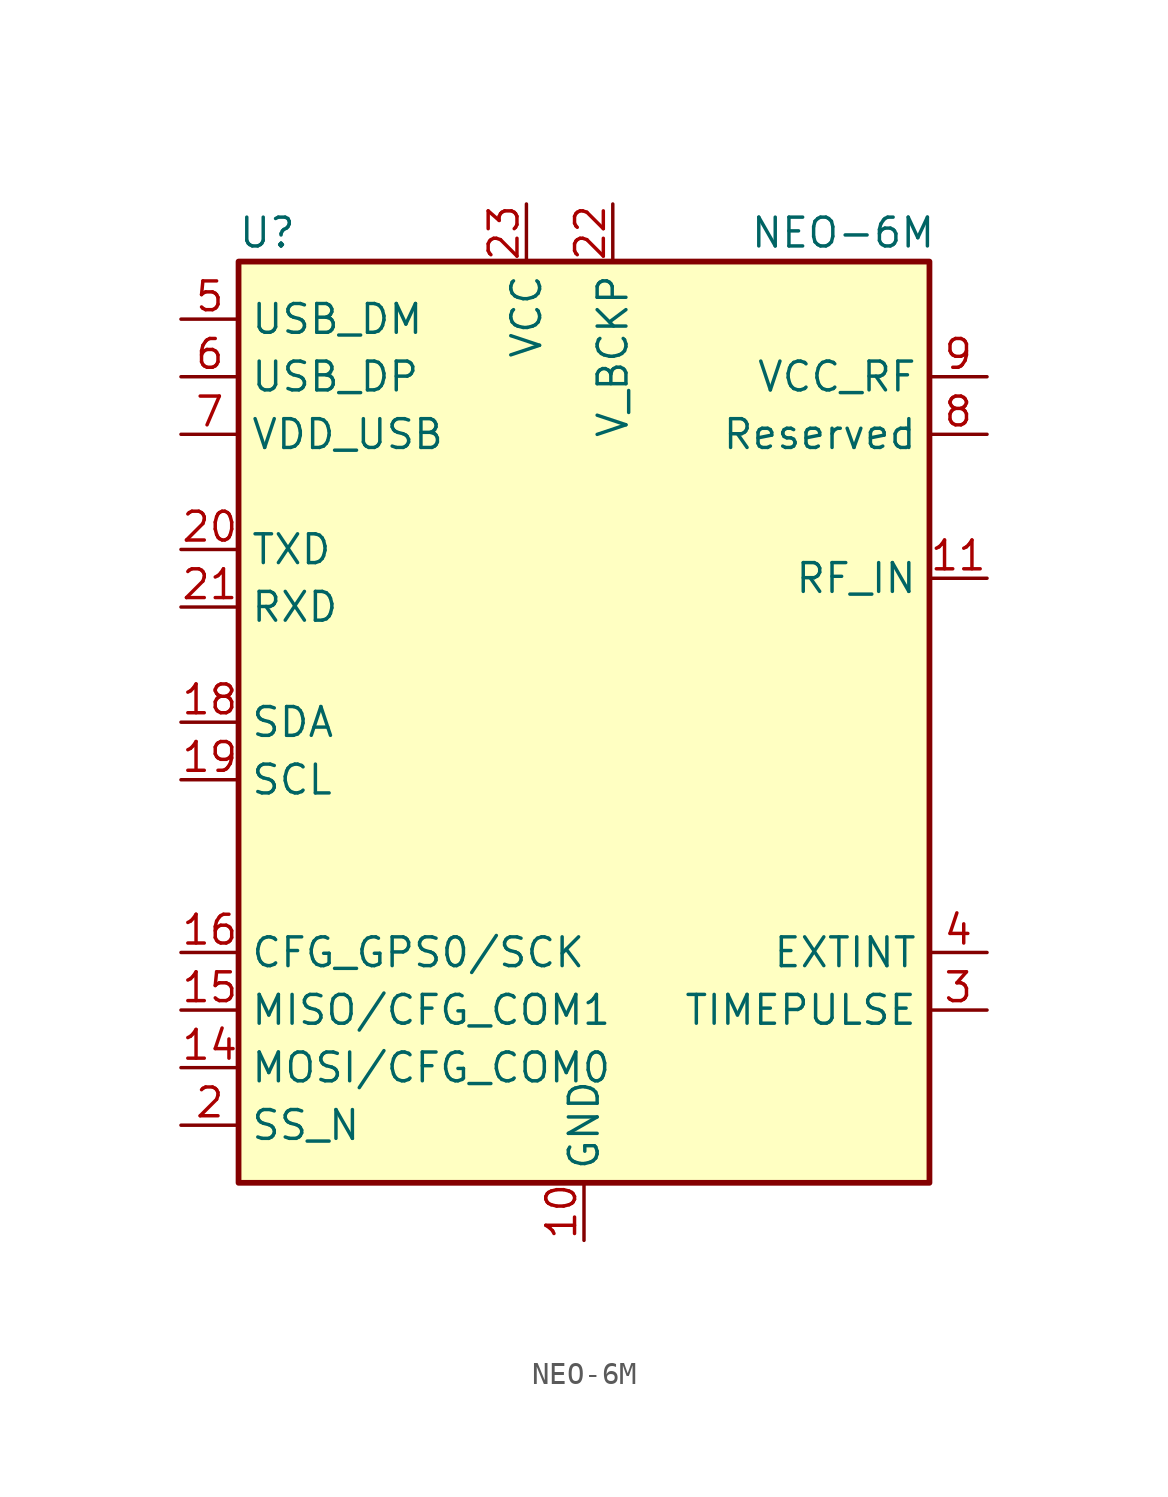
<source format=kicad_sym>
(kicad_symbol_lib
  (version 20231120)
  (generator "kicad_symbol_editor")
  (generator_version "8.0")
  (symbol "NEO-6M"
    (property "Reference" "U"
      (at -13.97 21.59 0)
      (effects (font (size 1.27 1.27))))
    (property "Value" "NEO-6M"
      (at 11.43 21.59 0)
      (effects (font (size 1.27 1.27))))
    (symbol "NEO-6M_0_1"
      (rectangle (start -15.24 20.32) (end 15.24 -20.32) (stroke (width 0.254) (type default)) (fill (type background))))
    (symbol "NEO-6M_1_1"
      (pin power_in line (at 0 -22.86 90) (length 2.54) (name "GND" (effects (font (size 1.27 1.27)))) (number "10" (effects (font (size 1.27 1.27)))))
      (pin input line (at 17.78 6.35 180) (length 2.54) (name "RF_IN" (effects (font (size 1.27 1.27)))) (number "11" (effects (font (size 1.27 1.27)))))
      (pin passive line (at 0 -22.86 90) (length 2.54) hide (name "GND" (effects (font (size 1.27 1.27)))) (number "12" (effects (font (size 1.27 1.27)))))
      (pin passive line (at 0 -22.86 90) (length 2.54) hide (name "GND" (effects (font (size 1.27 1.27)))) (number "13" (effects (font (size 1.27 1.27)))))
      (pin bidirectional line (at -17.78 -15.24 0) (length 2.54) (name "MOSI/CFG_COM0" (effects (font (size 1.27 1.27)))) (number "14" (effects (font (size 1.27 1.27)))))
      (pin bidirectional line (at -17.78 -12.7 0) (length 2.54) (name "MISO/CFG_COM1" (effects (font (size 1.27 1.27)))) (number "15" (effects (font (size 1.27 1.27)))))
      (pin bidirectional line (at -17.78 -10.16 0) (length 2.54) (name "CFG_GPS0/SCK" (effects (font (size 1.27 1.27)))) (number "16" (effects (font (size 1.27 1.27)))))
      (pin no_connect line (at 15.24 -15.24 180) (length 2.54) hide (name "RESERVED" (effects (font (size 1.27 1.27)))) (number "17" (effects (font (size 1.27 1.27)))))
      (pin bidirectional line (at -17.78 0 0) (length 2.54) (name "SDA" (effects (font (size 1.27 1.27)))) (number "18" (effects (font (size 1.27 1.27)))))
      (pin bidirectional line (at -17.78 -2.54 0) (length 2.54) (name "SCL" (effects (font (size 1.27 1.27)))) (number "19" (effects (font (size 1.27 1.27)))))
      (pin input line (at -17.78 -17.78 0) (length 2.54) (name "SS_N" (effects (font (size 1.27 1.27)))) (number "2" (effects (font (size 1.27 1.27)))))
      (pin output line (at -17.78 7.62 0) (length 2.54) (name "TXD" (effects (font (size 1.27 1.27)))) (number "20" (effects (font (size 1.27 1.27)))))
      (pin input line (at -17.78 5.08 0) (length 2.54) (name "RXD" (effects (font (size 1.27 1.27)))) (number "21" (effects (font (size 1.27 1.27)))))
      (pin power_in line (at 1.27 22.86 270) (length 2.54) (name "V_BCKP" (effects (font (size 1.27 1.27)))) (number "22" (effects (font (size 1.27 1.27)))))
      (pin power_in line (at -2.54 22.86 270) (length 2.54) (name "VCC" (effects (font (size 1.27 1.27)))) (number "23" (effects (font (size 1.27 1.27)))))
      (pin passive line (at 0 -22.86 90) (length 2.54) hide (name "GND" (effects (font (size 1.27 1.27)))) (number "24" (effects (font (size 1.27 1.27)))))
      (pin output line (at 17.78 -12.7 180) (length 2.54) (name "TIMEPULSE" (effects (font (size 1.27 1.27)))) (number "3" (effects (font (size 1.27 1.27)))))
      (pin input line (at 17.78 -10.16 180) (length 2.54) (name "EXTINT" (effects (font (size 1.27 1.27)))) (number "4" (effects (font (size 1.27 1.27)))))
      (pin bidirectional line (at -17.78 17.78 0) (length 2.54) (name "USB_DM" (effects (font (size 1.27 1.27)))) (number "5" (effects (font (size 1.27 1.27)))))
      (pin bidirectional line (at -17.78 15.24 0) (length 2.54) (name "USB_DP" (effects (font (size 1.27 1.27)))) (number "6" (effects (font (size 1.27 1.27)))))
      (pin power_in line (at -17.78 12.7 0) (length 2.54) (name "VDD_USB" (effects (font (size 1.27 1.27)))) (number "7" (effects (font (size 1.27 1.27)))))
      (pin input line (at 17.78 12.7 180) (length 2.54) (name "Reserved" (effects (font (size 1.27 1.27)))) (number "8" (effects (font (size 1.27 1.27)))))
      (pin power_out line (at 17.78 15.24 180) (length 2.54) (name "VCC_RF" (effects (font (size 1.27 1.27)))) (number "9" (effects (font (size 1.27 1.27))))))))
</source>
